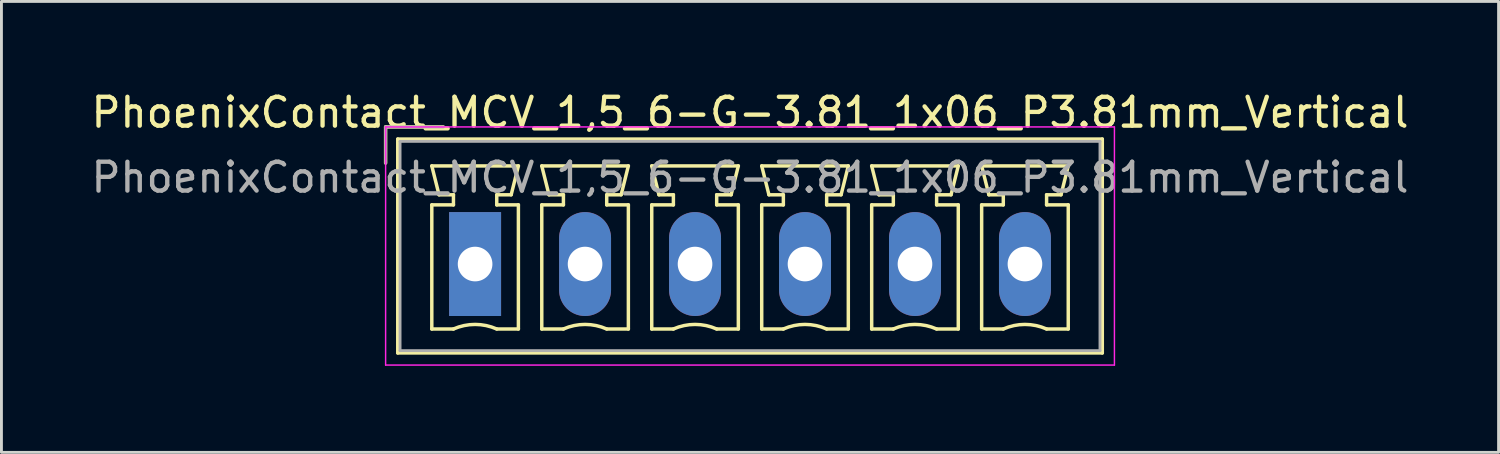
<source format=kicad_pcb>
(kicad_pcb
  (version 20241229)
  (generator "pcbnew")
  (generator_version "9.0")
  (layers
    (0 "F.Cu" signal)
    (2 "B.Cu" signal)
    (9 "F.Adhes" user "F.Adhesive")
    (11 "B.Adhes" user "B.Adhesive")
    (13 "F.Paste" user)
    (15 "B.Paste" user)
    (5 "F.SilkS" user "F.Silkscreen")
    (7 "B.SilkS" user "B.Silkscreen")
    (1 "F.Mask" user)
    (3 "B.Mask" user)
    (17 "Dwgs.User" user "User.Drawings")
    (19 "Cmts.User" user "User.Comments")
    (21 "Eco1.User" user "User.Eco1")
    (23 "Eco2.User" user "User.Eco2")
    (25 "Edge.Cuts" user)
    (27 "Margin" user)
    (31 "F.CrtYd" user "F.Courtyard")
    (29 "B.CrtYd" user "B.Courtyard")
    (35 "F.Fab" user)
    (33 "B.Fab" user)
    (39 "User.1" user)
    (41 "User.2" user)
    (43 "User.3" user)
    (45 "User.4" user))
  (footprint "PhoenixContact_MCV_1,5_6-G-3.81_1x06_P3.81mm_Vertical"
    (layer "F.Cu")
    (at 13.41 6.098)
    (property "Reference" "PhoenixContact_MCV_1,5_6-G-3.81_1x06_P3.81mm_Vertical" (at 9.525 -5.25 0) (layer "F.SilkS") (effects (font (size 1 1) (thickness 0.15))))
    (attr through_hole)
    (fp_line (start -3.1 -4.75) (end -1.1 -4.75) (stroke (width 0.12) (type solid)) (layer "F.SilkS"))
    (fp_line (start -3.1 -3.5) (end -3.1 -4.75) (stroke (width 0.12) (type solid)) (layer "F.SilkS"))
    (fp_line (start -2.68 -4.33) (end -2.68 3.08) (stroke (width 0.12) (type solid)) (layer "F.SilkS"))
    (fp_line (start -2.68 3.08) (end 21.73 3.08) (stroke (width 0.12) (type solid)) (layer "F.SilkS"))
    (fp_line (start -1.5 -3.4) (end 1.5 -3.4) (stroke (width 0.12) (type solid)) (layer "F.SilkS"))
    (fp_line (start -1.5 -2.05) (end -0.75 -2.05) (stroke (width 0.12) (type solid)) (layer "F.SilkS"))
    (fp_line (start -1.5 2.25) (end -1.5 -2.05) (stroke (width 0.12) (type solid)) (layer "F.SilkS"))
    (fp_line (start -1.25 -2.4) (end -1.5 -3.4) (stroke (width 0.12) (type solid)) (layer "F.SilkS"))
    (fp_line (start -0.75 -2.4) (end -1.25 -2.4) (stroke (width 0.12) (type solid)) (layer "F.SilkS"))
    (fp_line (start -0.75 -2.05) (end -0.75 -2.4) (stroke (width 0.12) (type solid)) (layer "F.SilkS"))
    (fp_line (start -0.75 2.25) (end -1.5 2.25) (stroke (width 0.12) (type solid)) (layer "F.SilkS"))
    (fp_line (start 0.75 -2.4) (end 0.75 -2.05) (stroke (width 0.12) (type solid)) (layer "F.SilkS"))
    (fp_line (start 0.75 -2.05) (end 1.5 -2.05) (stroke (width 0.12) (type solid)) (layer "F.SilkS"))
    (fp_line (start 1.25 -2.4) (end 0.75 -2.4) (stroke (width 0.12) (type solid)) (layer "F.SilkS"))
    (fp_line (start 1.5 -3.4) (end 1.25 -2.4) (stroke (width 0.12) (type solid)) (layer "F.SilkS"))
    (fp_line (start 1.5 -2.05) (end 1.5 2.25) (stroke (width 0.12) (type solid)) (layer "F.SilkS"))
    (fp_line (start 1.5 2.25) (end 0.75 2.25) (stroke (width 0.12) (type solid)) (layer "F.SilkS"))
    (fp_line (start 2.31 -3.4) (end 5.31 -3.4) (stroke (width 0.12) (type solid)) (layer "F.SilkS"))
    (fp_line (start 2.31 -2.05) (end 3.06 -2.05) (stroke (width 0.12) (type solid)) (layer "F.SilkS"))
    (fp_line (start 2.31 2.25) (end 2.31 -2.05) (stroke (width 0.12) (type solid)) (layer "F.SilkS"))
    (fp_line (start 2.56 -2.4) (end 2.31 -3.4) (stroke (width 0.12) (type solid)) (layer "F.SilkS"))
    (fp_line (start 3.06 -2.4) (end 2.56 -2.4) (stroke (width 0.12) (type solid)) (layer "F.SilkS"))
    (fp_line (start 3.06 -2.05) (end 3.06 -2.4) (stroke (width 0.12) (type solid)) (layer "F.SilkS"))
    (fp_line (start 3.06 2.25) (end 2.31 2.25) (stroke (width 0.12) (type solid)) (layer "F.SilkS"))
    (fp_line (start 4.56 -2.4) (end 4.56 -2.05) (stroke (width 0.12) (type solid)) (layer "F.SilkS"))
    (fp_line (start 4.56 -2.05) (end 5.31 -2.05) (stroke (width 0.12) (type solid)) (layer "F.SilkS"))
    (fp_line (start 5.06 -2.4) (end 4.56 -2.4) (stroke (width 0.12) (type solid)) (layer "F.SilkS"))
    (fp_line (start 5.31 -3.4) (end 5.06 -2.4) (stroke (width 0.12) (type solid)) (layer "F.SilkS"))
    (fp_line (start 5.31 -2.05) (end 5.31 2.25) (stroke (width 0.12) (type solid)) (layer "F.SilkS"))
    (fp_line (start 5.31 2.25) (end 4.56 2.25) (stroke (width 0.12) (type solid)) (layer "F.SilkS"))
    (fp_line (start 6.12 -3.4) (end 9.12 -3.4) (stroke (width 0.12) (type solid)) (layer "F.SilkS"))
    (fp_line (start 6.12 -2.05) (end 6.87 -2.05) (stroke (width 0.12) (type solid)) (layer "F.SilkS"))
    (fp_line (start 6.12 2.25) (end 6.12 -2.05) (stroke (width 0.12) (type solid)) (layer "F.SilkS"))
    (fp_line (start 6.37 -2.4) (end 6.12 -3.4) (stroke (width 0.12) (type solid)) (layer "F.SilkS"))
    (fp_line (start 6.87 -2.4) (end 6.37 -2.4) (stroke (width 0.12) (type solid)) (layer "F.SilkS"))
    (fp_line (start 6.87 -2.05) (end 6.87 -2.4) (stroke (width 0.12) (type solid)) (layer "F.SilkS"))
    (fp_line (start 6.87 2.25) (end 6.12 2.25) (stroke (width 0.12) (type solid)) (layer "F.SilkS"))
    (fp_line (start 8.37 -2.4) (end 8.37 -2.05) (stroke (width 0.12) (type solid)) (layer "F.SilkS"))
    (fp_line (start 8.37 -2.05) (end 9.12 -2.05) (stroke (width 0.12) (type solid)) (layer "F.SilkS"))
    (fp_line (start 8.87 -2.4) (end 8.37 -2.4) (stroke (width 0.12) (type solid)) (layer "F.SilkS"))
    (fp_line (start 9.12 -3.4) (end 8.87 -2.4) (stroke (width 0.12) (type solid)) (layer "F.SilkS"))
    (fp_line (start 9.12 -2.05) (end 9.12 2.25) (stroke (width 0.12) (type solid)) (layer "F.SilkS"))
    (fp_line (start 9.12 2.25) (end 8.37 2.25) (stroke (width 0.12) (type solid)) (layer "F.SilkS"))
    (fp_line (start 9.93 -3.4) (end 12.93 -3.4) (stroke (width 0.12) (type solid)) (layer "F.SilkS"))
    (fp_line (start 9.93 -2.05) (end 10.68 -2.05) (stroke (width 0.12) (type solid)) (layer "F.SilkS"))
    (fp_line (start 9.93 2.25) (end 9.93 -2.05) (stroke (width 0.12) (type solid)) (layer "F.SilkS"))
    (fp_line (start 10.18 -2.4) (end 9.93 -3.4) (stroke (width 0.12) (type solid)) (layer "F.SilkS"))
    (fp_line (start 10.68 -2.4) (end 10.18 -2.4) (stroke (width 0.12) (type solid)) (layer "F.SilkS"))
    (fp_line (start 10.68 -2.05) (end 10.68 -2.4) (stroke (width 0.12) (type solid)) (layer "F.SilkS"))
    (fp_line (start 10.68 2.25) (end 9.93 2.25) (stroke (width 0.12) (type solid)) (layer "F.SilkS"))
    (fp_line (start 12.18 -2.4) (end 12.18 -2.05) (stroke (width 0.12) (type solid)) (layer "F.SilkS"))
    (fp_line (start 12.18 -2.05) (end 12.93 -2.05) (stroke (width 0.12) (type solid)) (layer "F.SilkS"))
    (fp_line (start 12.68 -2.4) (end 12.18 -2.4) (stroke (width 0.12) (type solid)) (layer "F.SilkS"))
    (fp_line (start 12.93 -3.4) (end 12.68 -2.4) (stroke (width 0.12) (type solid)) (layer "F.SilkS"))
    (fp_line (start 12.93 -2.05) (end 12.93 2.25) (stroke (width 0.12) (type solid)) (layer "F.SilkS"))
    (fp_line (start 12.93 2.25) (end 12.18 2.25) (stroke (width 0.12) (type solid)) (layer "F.SilkS"))
    (fp_line (start 13.74 -3.4) (end 16.74 -3.4) (stroke (width 0.12) (type solid)) (layer "F.SilkS"))
    (fp_line (start 13.74 -2.05) (end 14.49 -2.05) (stroke (width 0.12) (type solid)) (layer "F.SilkS"))
    (fp_line (start 13.74 2.25) (end 13.74 -2.05) (stroke (width 0.12) (type solid)) (layer "F.SilkS"))
    (fp_line (start 13.99 -2.4) (end 13.74 -3.4) (stroke (width 0.12) (type solid)) (layer "F.SilkS"))
    (fp_line (start 14.49 -2.4) (end 13.99 -2.4) (stroke (width 0.12) (type solid)) (layer "F.SilkS"))
    (fp_line (start 14.49 -2.05) (end 14.49 -2.4) (stroke (width 0.12) (type solid)) (layer "F.SilkS"))
    (fp_line (start 14.49 2.25) (end 13.74 2.25) (stroke (width 0.12) (type solid)) (layer "F.SilkS"))
    (fp_line (start 15.99 -2.4) (end 15.99 -2.05) (stroke (width 0.12) (type solid)) (layer "F.SilkS"))
    (fp_line (start 15.99 -2.05) (end 16.74 -2.05) (stroke (width 0.12) (type solid)) (layer "F.SilkS"))
    (fp_line (start 16.49 -2.4) (end 15.99 -2.4) (stroke (width 0.12) (type solid)) (layer "F.SilkS"))
    (fp_line (start 16.74 -3.4) (end 16.49 -2.4) (stroke (width 0.12) (type solid)) (layer "F.SilkS"))
    (fp_line (start 16.74 -2.05) (end 16.74 2.25) (stroke (width 0.12) (type solid)) (layer "F.SilkS"))
    (fp_line (start 16.74 2.25) (end 15.99 2.25) (stroke (width 0.12) (type solid)) (layer "F.SilkS"))
    (fp_line (start 17.55 -3.4) (end 20.55 -3.4) (stroke (width 0.12) (type solid)) (layer "F.SilkS"))
    (fp_line (start 17.55 -2.05) (end 18.3 -2.05) (stroke (width 0.12) (type solid)) (layer "F.SilkS"))
    (fp_line (start 17.55 2.25) (end 17.55 -2.05) (stroke (width 0.12) (type solid)) (layer "F.SilkS"))
    (fp_line (start 17.8 -2.4) (end 17.55 -3.4) (stroke (width 0.12) (type solid)) (layer "F.SilkS"))
    (fp_line (start 18.3 -2.4) (end 17.8 -2.4) (stroke (width 0.12) (type solid)) (layer "F.SilkS"))
    (fp_line (start 18.3 -2.05) (end 18.3 -2.4) (stroke (width 0.12) (type solid)) (layer "F.SilkS"))
    (fp_line (start 18.3 2.25) (end 17.55 2.25) (stroke (width 0.12) (type solid)) (layer "F.SilkS"))
    (fp_line (start 19.8 -2.4) (end 19.8 -2.05) (stroke (width 0.12) (type solid)) (layer "F.SilkS"))
    (fp_line (start 19.8 -2.05) (end 20.55 -2.05) (stroke (width 0.12) (type solid)) (layer "F.SilkS"))
    (fp_line (start 20.3 -2.4) (end 19.8 -2.4) (stroke (width 0.12) (type solid)) (layer "F.SilkS"))
    (fp_line (start 20.55 -3.4) (end 20.3 -2.4) (stroke (width 0.12) (type solid)) (layer "F.SilkS"))
    (fp_line (start 20.55 -2.05) (end 20.55 2.25) (stroke (width 0.12) (type solid)) (layer "F.SilkS"))
    (fp_line (start 20.55 2.25) (end 19.8 2.25) (stroke (width 0.12) (type solid)) (layer "F.SilkS"))
    (fp_line (start 21.73 -4.33) (end -2.68 -4.33) (stroke (width 0.12) (type solid)) (layer "F.SilkS"))
    (fp_line (start 21.73 3.08) (end 21.73 -4.33) (stroke (width 0.12) (type solid)) (layer "F.SilkS"))
    (fp_arc (start -0.75 2.25) (mid -0.000193 2.09191) (end 0.749647 2.249844) (stroke (width 0.12) (type solid)) (layer "F.SilkS"))
    (fp_arc (start 3.06 2.25) (mid 3.809807 2.09191) (end 4.559647 2.249844) (stroke (width 0.12) (type solid)) (layer "F.SilkS"))
    (fp_arc (start 6.87 2.25) (mid 7.619807 2.09191) (end 8.369647 2.249844) (stroke (width 0.12) (type solid)) (layer "F.SilkS"))
    (fp_arc (start 10.68 2.25) (mid 11.429807 2.09191) (end 12.179647 2.249844) (stroke (width 0.12) (type solid)) (layer "F.SilkS"))
    (fp_arc (start 14.49 2.25) (mid 15.239807 2.09191) (end 15.989647 2.249844) (stroke (width 0.12) (type solid)) (layer "F.SilkS"))
    (fp_arc (start 18.3 2.25) (mid 19.049807 2.09191) (end 19.799647 2.249844) (stroke (width 0.12) (type solid)) (layer "F.SilkS"))
    (fp_line (start -3.1 -4.75) (end -3.1 3.5) (stroke (width 0.05) (type solid)) (layer "F.CrtYd"))
    (fp_line (start -3.1 3.5) (end 22.15 3.5) (stroke (width 0.05) (type solid)) (layer "F.CrtYd"))
    (fp_line (start 22.15 -4.75) (end -3.1 -4.75) (stroke (width 0.05) (type solid)) (layer "F.CrtYd"))
    (fp_line (start 22.15 3.5) (end 22.15 -4.75) (stroke (width 0.05) (type solid)) (layer "F.CrtYd"))
    (fp_line (start -3.1 -4.75) (end -1.1 -4.75) (stroke (width 0.1) (type solid)) (layer "F.Fab"))
    (fp_line (start -3.1 -3.5) (end -3.1 -4.75) (stroke (width 0.1) (type solid)) (layer "F.Fab"))
    (fp_line (start -2.6 -4.25) (end -2.6 3) (stroke (width 0.1) (type solid)) (layer "F.Fab"))
    (fp_line (start -2.6 3) (end 21.65 3) (stroke (width 0.1) (type solid)) (layer "F.Fab"))
    (fp_line (start 21.65 -4.25) (end -2.6 -4.25) (stroke (width 0.1) (type solid)) (layer "F.Fab"))
    (fp_line (start 21.65 3) (end 21.65 -4.25) (stroke (width 0.1) (type solid)) (layer "F.Fab"))
    (fp_text user "${REFERENCE}" (at 9.525 -3 0) (layer "F.Fab") (effects (font (size 1 1) (thickness 0.15))))
    (pad "1" thru_hole rect (at 0 0) (size 1.8 3.6) (drill 1.2) (layers "*.Cu" "*.Mask"))
    (pad "2" thru_hole oval (at 3.81 0) (size 1.8 3.6) (drill 1.2) (layers "*.Cu" "*.Mask"))
    (pad "3" thru_hole oval (at 7.62 0) (size 1.8 3.6) (drill 1.2) (layers "*.Cu" "*.Mask"))
    (pad "4" thru_hole oval (at 11.43 0) (size 1.8 3.6) (drill 1.2) (layers "*.Cu" "*.Mask"))
    (pad "5" thru_hole oval (at 15.24 0) (size 1.8 3.6) (drill 1.2) (layers "*.Cu" "*.Mask"))
    (pad "6" thru_hole oval (at 19.05 0) (size 1.8 3.6) (drill 1.2) (layers "*.Cu" "*.Mask")))
  (gr_rect
    (start -3 -3)
    (end 48.869 12.623)
    (stroke (width 0.1) (type default))
    (fill no)
    (layer "Edge.Cuts")))
</source>
